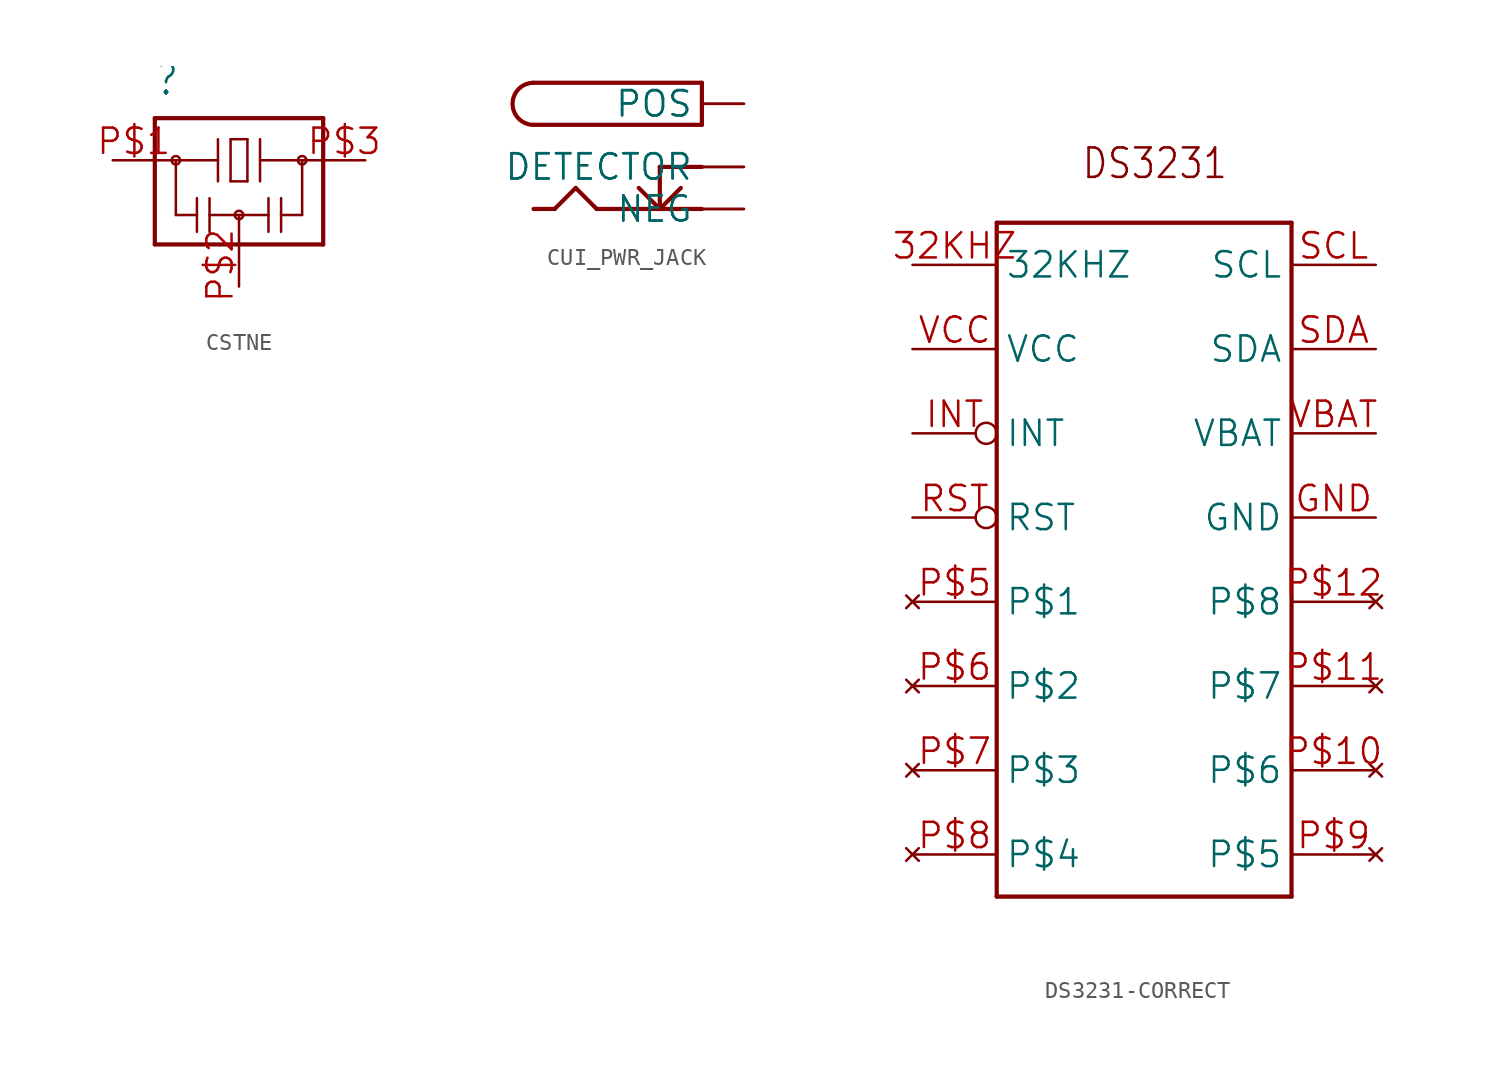
<source format=kicad_sym>
(kicad_symbol_lib
  (version 20241209)
  (generator "kicad_symbol_editor")
  (generator_version "9.0")
  (symbol "CSTNE"
    (property "Reference" ""
      (at -5.08 3.81 0)
      (effects (font (size 1.778 1.511)) (justify left bottom)))
    (property "Value" ""
      (at 2.54 -7.62 0)
      (effects (font (size 1.778 1.511)) (justify left bottom)))
    (property "ki_locked" ""
      (at 0 0 0)
      (effects (font (size 1.27 1.27))))
    (symbol "CSTNE_1_0"
      (polyline (pts (xy -5.08 2.54) (xy 5.08 2.54)) (stroke (width 0.254) (type solid)) (fill (type none)))
      (polyline (pts (xy -5.08 0) (xy -5.08 2.54)) (stroke (width 0.254) (type solid)) (fill (type none)))
      (polyline (pts (xy -5.08 0) (xy -3.81 0)) (stroke (width 0.152) (type solid)) (fill (type none)))
      (polyline (pts (xy -5.08 -5.08) (xy -5.08 0)) (stroke (width 0.254) (type solid)) (fill (type none)))
      (circle (center -3.81 0) (radius 0.254) (stroke (width 0) (type solid)) (fill (type none)))
      (polyline (pts (xy -3.81 0) (xy -1.27 0)) (stroke (width 0.152) (type solid)) (fill (type none)))
      (polyline (pts (xy -3.81 -3.302) (xy -3.81 0)) (stroke (width 0.152) (type solid)) (fill (type none)))
      (polyline (pts (xy -2.54 -2.286) (xy -2.54 -3.302)) (stroke (width 0.152) (type solid)) (fill (type none)))
      (polyline (pts (xy -2.54 -3.302) (xy -3.81 -3.302)) (stroke (width 0.152) (type solid)) (fill (type none)))
      (polyline (pts (xy -2.54 -3.302) (xy -2.54 -4.318)) (stroke (width 0.152) (type solid)) (fill (type none)))
      (polyline (pts (xy -1.778 -2.286) (xy -1.778 -4.318)) (stroke (width 0.152) (type solid)) (fill (type none)))
      (polyline (pts (xy -1.27 0) (xy -1.27 1.27)) (stroke (width 0.152) (type solid)) (fill (type none)))
      (polyline (pts (xy -1.27 0) (xy -1.27 -1.27)) (stroke (width 0.152) (type solid)) (fill (type none)))
      (polyline (pts (xy -0.508 1.27) (xy -0.508 -1.27)) (stroke (width 0.152) (type solid)) (fill (type none)))
      (polyline (pts (xy -0.508 -1.27) (xy 0.508 -1.27)) (stroke (width 0.152) (type solid)) (fill (type none)))
      (polyline (pts (xy 0 -3.302) (xy -1.778 -3.302)) (stroke (width 0.152) (type solid)) (fill (type none)))
      (polyline (pts (xy 0 -3.302) (xy 1.778 -3.302)) (stroke (width 0.152) (type solid)) (fill (type none)))
      (circle (center 0 -3.302) (radius 0.254) (stroke (width 0) (type solid)) (fill (type none)))
      (polyline (pts (xy 0 -5.08) (xy -5.08 -5.08)) (stroke (width 0.254) (type solid)) (fill (type none)))
      (polyline (pts (xy 0 -5.08) (xy 0 -3.302)) (stroke (width 0.152) (type solid)) (fill (type none)))
      (polyline (pts (xy 0.508 1.27) (xy -0.508 1.27)) (stroke (width 0.152) (type solid)) (fill (type none)))
      (polyline (pts (xy 0.508 -1.27) (xy 0.508 1.27)) (stroke (width 0.152) (type solid)) (fill (type none)))
      (polyline (pts (xy 1.27 1.27) (xy 1.27 0)) (stroke (width 0.152) (type solid)) (fill (type none)))
      (polyline (pts (xy 1.27 0) (xy 1.27 -1.27)) (stroke (width 0.152) (type solid)) (fill (type none)))
      (polyline (pts (xy 1.27 0) (xy 3.81 0)) (stroke (width 0.152) (type solid)) (fill (type none)))
      (polyline (pts (xy 1.778 -2.286) (xy 1.778 -4.318)) (stroke (width 0.152) (type solid)) (fill (type none)))
      (polyline (pts (xy 2.54 -2.286) (xy 2.54 -3.302)) (stroke (width 0.152) (type solid)) (fill (type none)))
      (polyline (pts (xy 2.54 -3.302) (xy 2.54 -4.318)) (stroke (width 0.152) (type solid)) (fill (type none)))
      (polyline (pts (xy 2.54 -3.302) (xy 3.81 -3.302)) (stroke (width 0.152) (type solid)) (fill (type none)))
      (polyline (pts (xy 3.81 0) (xy 5.08 0)) (stroke (width 0.152) (type solid)) (fill (type none)))
      (circle (center 3.81 0) (radius 0.254) (stroke (width 0) (type solid)) (fill (type none)))
      (polyline (pts (xy 3.81 -3.302) (xy 3.81 0)) (stroke (width 0.152) (type solid)) (fill (type none)))
      (polyline (pts (xy 5.08 2.54) (xy 5.08 0)) (stroke (width 0.254) (type solid)) (fill (type none)))
      (polyline (pts (xy 5.08 0) (xy 5.08 -5.08)) (stroke (width 0.254) (type solid)) (fill (type none)))
      (polyline (pts (xy 5.08 -5.08) (xy 0 -5.08)) (stroke (width 0.254) (type solid)) (fill (type none)))
      (pin passive line (at -7.62 0 0) (length 2.54) (name "1" (effects (font (size 0 0)))) (number "P$1" (effects (font (size 1.524 1.524)))))
      (pin passive line (at 0 -7.62 90) (length 2.54) (name "2" (effects (font (size 0 0)))) (number "P$2" (effects (font (size 1.524 1.524)))))
      (pin passive line (at 7.62 0 180) (length 2.54) (name "3" (effects (font (size 0 0)))) (number "P$3" (effects (font (size 1.524 1.524)))))))
  (symbol "CUI_PWR_JACK"
    (property "Reference" ""
      (at 0 0 0)
      (effects (font (size 1.27 1.27)) (hide yes)))
    (property "ki_locked" ""
      (at 0 0 0)
      (effects (font (size 1.27 1.27))))
    (symbol "CUI_PWR_JACK_1_0"
      (polyline (pts (xy -10.16 5.08) (xy 0 5.08)) (stroke (width 0.254) (type solid)) (fill (type none)))
      (arc (start -10.16 2.54) (mid -11.43 3.81) (end -10.16 5.08) (stroke (width 0.254) (type solid)) (fill (type none)))
      (polyline (pts (xy -8.89 -2.54) (xy -10.16 -2.54)) (stroke (width 0.254) (type solid)) (fill (type none)))
      (polyline (pts (xy -7.62 -1.27) (xy -8.89 -2.54)) (stroke (width 0.254) (type solid)) (fill (type none)))
      (polyline (pts (xy -6.35 -2.54) (xy -7.62 -1.27)) (stroke (width 0.254) (type solid)) (fill (type none)))
      (polyline (pts (xy -3.81 -1.27) (xy -2.54 -2.54)) (stroke (width 0.254) (type solid)) (fill (type none)))
      (polyline (pts (xy -2.54 0) (xy -2.54 -2.54)) (stroke (width 0.254) (type solid)) (fill (type none)))
      (polyline (pts (xy -2.54 -2.54) (xy -6.35 -2.54)) (stroke (width 0.254) (type solid)) (fill (type none)))
      (polyline (pts (xy -1.27 -1.27) (xy -2.54 -2.54)) (stroke (width 0.254) (type solid)) (fill (type none)))
      (polyline (pts (xy 0 5.08) (xy 0 2.54)) (stroke (width 0.254) (type solid)) (fill (type none)))
      (polyline (pts (xy 0 2.54) (xy -10.16 2.54)) (stroke (width 0.254) (type solid)) (fill (type none)))
      (polyline (pts (xy 0 0) (xy -2.54 0)) (stroke (width 0.254) (type solid)) (fill (type none)))
      (polyline (pts (xy 0 -2.54) (xy -2.54 -2.54)) (stroke (width 0.254) (type solid)) (fill (type none)))
      (pin bidirectional line (at 2.54 3.81 180) (length 2.54) (name "POS" (effects (font (size 1.524 1.524)))) (number "POS" (effects (font (size 0 0)))))
      (pin bidirectional line (at 2.54 3.81 180) (length 2.54) (name "POS" (effects (font (size 1.524 1.524)))) (number "POS1" (effects (font (size 0 0)))))
      (pin bidirectional line (at 2.54 0 180) (length 2.54) (name "DETECTOR" (effects (font (size 1.524 1.524)))) (number "DETECTOR" (effects (font (size 0 0)))))
      (pin bidirectional line (at 2.54 0 180) (length 2.54) (name "DETECTOR" (effects (font (size 1.524 1.524)))) (number "DETECTOR1" (effects (font (size 0 0)))))
      (pin bidirectional line (at 2.54 -2.54 180) (length 2.54) (name "NEG" (effects (font (size 1.524 1.524)))) (number "NEG" (effects (font (size 0 0)))))
      (pin bidirectional line (at 2.54 -2.54 180) (length 2.54) (name "NEG" (effects (font (size 1.524 1.524)))) (number "NEG1" (effects (font (size 0 0)))))))
  (symbol "DS3231-CORRECT"
    (property "Reference" "RTC"
      (at 0 0 0)
      (effects (font (size 1.27 1.27)) (hide yes)))
    (property "ki_locked" ""
      (at 0 0 0)
      (effects (font (size 1.27 1.27))))
    (symbol "DS3231-CORRECT_1_0"
      (polyline (pts (xy -12.7 10.16) (xy -12.7 -30.48)) (stroke (width 0.254) (type solid)) (fill (type none)))
      (polyline (pts (xy -12.7 -30.48) (xy 5.08 -30.48)) (stroke (width 0.254) (type solid)) (fill (type none)))
      (polyline (pts (xy 5.08 10.16) (xy -12.7 10.16)) (stroke (width 0.254) (type solid)) (fill (type none)))
      (polyline (pts (xy 5.08 -30.48) (xy 5.08 10.16)) (stroke (width 0.254) (type solid)) (fill (type none)))
      (text "DS3231" (at -7.62 12.7 0) (effects (font (size 1.778 1.511)) (justify left bottom)))
      (pin output line (at -17.78 7.62 0) (length 5.08) (name "32KHZ" (effects (font (size 1.524 1.524)))) (number "32KHZ" (effects (font (size 1.524 1.524)))))
      (pin input line (at -17.78 2.54 0) (length 5.08) (name "VCC" (effects (font (size 1.524 1.524)))) (number "VCC" (effects (font (size 1.524 1.524)))))
      (pin bidirectional inverted (at -17.78 -2.54 0) (length 5.08) (name "INT" (effects (font (size 1.524 1.524)))) (number "INT" (effects (font (size 1.524 1.524)))))
      (pin bidirectional inverted (at -17.78 -7.62 0) (length 5.08) (name "RST" (effects (font (size 1.524 1.524)))) (number "RST" (effects (font (size 1.524 1.524)))))
      (pin no_connect line (at -17.78 -12.7 0) (length 5.08) (name "P$1" (effects (font (size 1.524 1.524)))) (number "P$5" (effects (font (size 1.524 1.524)))))
      (pin no_connect line (at -17.78 -17.78 0) (length 5.08) (name "P$2" (effects (font (size 1.524 1.524)))) (number "P$6" (effects (font (size 1.524 1.524)))))
      (pin no_connect line (at -17.78 -22.86 0) (length 5.08) (name "P$3" (effects (font (size 1.524 1.524)))) (number "P$7" (effects (font (size 1.524 1.524)))))
      (pin no_connect line (at -17.78 -27.94 0) (length 5.08) (name "P$4" (effects (font (size 1.524 1.524)))) (number "P$8" (effects (font (size 1.524 1.524)))))
      (pin bidirectional line (at 10.16 7.62 180) (length 5.08) (name "SCL" (effects (font (size 1.524 1.524)))) (number "SCL" (effects (font (size 1.524 1.524)))))
      (pin bidirectional line (at 10.16 2.54 180) (length 5.08) (name "SDA" (effects (font (size 1.524 1.524)))) (number "SDA" (effects (font (size 1.524 1.524)))))
      (pin bidirectional line (at 10.16 -2.54 180) (length 5.08) (name "VBAT" (effects (font (size 1.524 1.524)))) (number "VBAT" (effects (font (size 1.524 1.524)))))
      (pin bidirectional line (at 10.16 -7.62 180) (length 5.08) (name "GND" (effects (font (size 1.524 1.524)))) (number "GND" (effects (font (size 1.524 1.524)))))
      (pin no_connect line (at 10.16 -12.7 180) (length 5.08) (name "P$8" (effects (font (size 1.524 1.524)))) (number "P$12" (effects (font (size 1.524 1.524)))))
      (pin no_connect line (at 10.16 -17.78 180) (length 5.08) (name "P$7" (effects (font (size 1.524 1.524)))) (number "P$11" (effects (font (size 1.524 1.524)))))
      (pin no_connect line (at 10.16 -22.86 180) (length 5.08) (name "P$6" (effects (font (size 1.524 1.524)))) (number "P$10" (effects (font (size 1.524 1.524)))))
      (pin no_connect line (at 10.16 -27.94 180) (length 5.08) (name "P$5" (effects (font (size 1.524 1.524)))) (number "P$9" (effects (font (size 1.524 1.524))))))))
</source>
